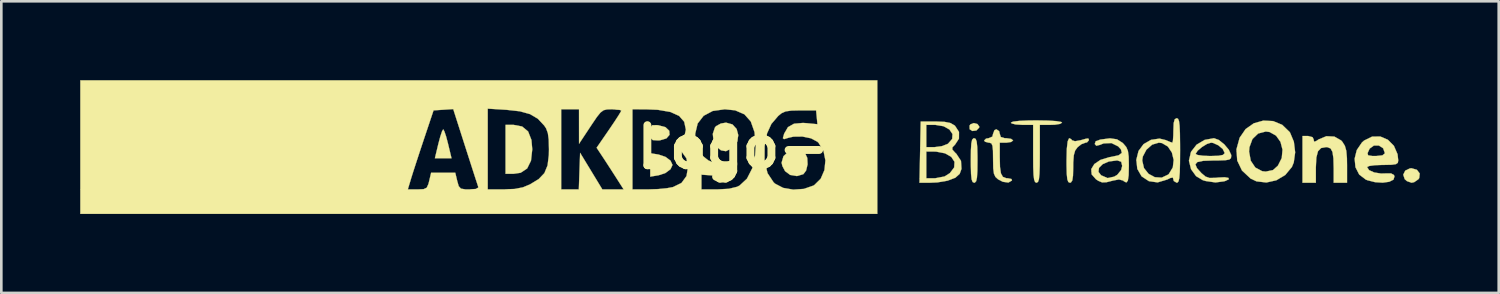
<source format=kicad_pcb>
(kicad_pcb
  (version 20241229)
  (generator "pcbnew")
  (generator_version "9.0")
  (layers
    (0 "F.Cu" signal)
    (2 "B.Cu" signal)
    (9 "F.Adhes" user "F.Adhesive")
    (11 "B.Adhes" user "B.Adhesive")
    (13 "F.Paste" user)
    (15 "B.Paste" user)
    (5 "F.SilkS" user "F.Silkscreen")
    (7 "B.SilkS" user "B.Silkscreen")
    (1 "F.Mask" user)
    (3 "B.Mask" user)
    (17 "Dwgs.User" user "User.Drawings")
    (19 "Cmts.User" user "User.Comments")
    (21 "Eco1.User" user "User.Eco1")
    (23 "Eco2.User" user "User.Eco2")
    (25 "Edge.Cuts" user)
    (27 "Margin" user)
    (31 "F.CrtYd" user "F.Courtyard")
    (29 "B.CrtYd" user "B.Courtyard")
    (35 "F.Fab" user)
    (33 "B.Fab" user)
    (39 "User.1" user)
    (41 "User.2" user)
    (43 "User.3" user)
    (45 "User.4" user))
  (footprint "Logo-A"
    (layer "F.Cu")
    (at 25.49 2.545)
    (property "Reference" "Logo-A" (at 0 0 0) (layer "F.SilkS") (effects (font (size 1.524 1.524) (thickness 0.3))))
    (attr through_hole)
    (fp_poly (pts (xy -11.64 -0.602) (xy -11.573 -0.404) (xy -11.5 -0.127) (xy -11.368 0.423) (xy -12 0.423) (xy -11.868 -0.127) (xy -11.794 -0.404) (xy -11.728 -0.602) (xy -11.684 -0.677) (xy -11.64 -0.602)) (stroke (width 0.01) (type solid)) (fill yes) (layer "F.SilkS"))
    (fp_poly (pts (xy 8.635 -0.878) (xy 8.705 -0.781) (xy 8.7 -0.741) (xy 8.595 -0.632) (xy 8.44 -0.613) (xy 8.338 -0.68) (xy 8.334 -0.817) (xy 8.367 -0.865) (xy 8.497 -0.915) (xy 8.635 -0.878)) (stroke (width 0.01) (type solid)) (fill yes) (layer "F.SilkS"))
    (fp_poly (pts (xy -8.682 -0.784) (xy -8.454 -0.595) (xy -8.328 -0.272) (xy -8.297 0.085) (xy -8.345 0.516) (xy -8.491 0.812) (xy -8.739 0.976) (xy -9.013 1.016) (xy -9.313 1.016) (xy -9.313 -0.847) (xy -9.013 -0.847) (xy -8.682 -0.784)) (stroke (width 0.01) (type solid)) (fill yes) (layer "F.SilkS"))
    (fp_poly (pts (xy -3.493 0.283) (xy -3.233 0.37) (xy -3.039 0.514) (xy -2.963 0.677) (xy -2.963 0.677) (xy -3.039 0.841) (xy -3.232 0.985) (xy -3.493 1.071) (xy -3.493 1.071) (xy -3.81 1.123) (xy -3.81 0.232) (xy -3.493 0.283)) (stroke (width 0.01) (type solid)) (fill yes) (layer "F.SilkS"))
    (fp_poly (pts (xy 25.348 0.862) (xy 25.455 1.003) (xy 25.437 1.175) (xy 25.406 1.221) (xy 25.245 1.333) (xy 25.146 1.355) (xy 24.971 1.294) (xy 24.886 1.221) (xy 24.828 1.049) (xy 24.904 0.895) (xy 25.083 0.809) (xy 25.146 0.804) (xy 25.348 0.862)) (stroke (width 0.01) (type solid)) (fill yes) (layer "F.SilkS"))
    (fp_poly (pts (xy -3.501 -0.831) (xy -3.228 -0.757) (xy -3.087 -0.622) (xy -3.076 -0.466) (xy -3.195 -0.331) (xy -3.44 -0.258) (xy -3.524 -0.254) (xy -3.715 -0.267) (xy -3.794 -0.342) (xy -3.81 -0.529) (xy -3.81 -0.555) (xy -3.8 -0.753) (xy -3.735 -0.832) (xy -3.565 -0.836) (xy -3.501 -0.831)) (stroke (width 0.01) (type solid)) (fill yes) (layer "F.SilkS"))
    (fp_poly (pts (xy -0.683 -0.863) (xy -0.524 -0.689) (xy -0.461 -0.454) (xy -0.504 -0.206) (xy -0.663 0.012) (xy -0.706 0.044) (xy -0.931 0.156) (xy -1.12 0.122) (xy -1.27 0) (xy -1.403 -0.231) (xy -1.431 -0.504) (xy -1.35 -0.746) (xy -1.306 -0.798) (xy -1.125 -0.897) (xy -0.927 -0.931) (xy -0.683 -0.863)) (stroke (width 0.01) (type solid)) (fill yes) (layer "F.SilkS"))
    (fp_poly (pts (xy 1.93 0.127) (xy 2.077 0.226) (xy 2.162 0.409) (xy 2.174 0.656) (xy 2.118 0.891) (xy 2.014 1.029) (xy 1.769 1.101) (xy 1.511 1.058) (xy 1.317 0.913) (xy 1.317 0.912) (xy 1.217 0.723) (xy 1.185 0.593) (xy 1.257 0.346) (xy 1.44 0.172) (xy 1.681 0.092) (xy 1.93 0.127)) (stroke (width 0.01) (type solid)) (fill yes) (layer "F.SilkS"))
    (fp_poly (pts (xy 8.568 -0.311) (xy 8.606 -0.208) (xy 8.627 -0.003) (xy 8.635 0.332) (xy 8.636 0.508) (xy 8.632 0.903) (xy 8.616 1.156) (xy 8.586 1.296) (xy 8.535 1.351) (xy 8.509 1.355) (xy 8.45 1.327) (xy 8.412 1.224) (xy 8.391 1.019) (xy 8.383 0.684) (xy 8.382 0.508) (xy 8.386 0.113) (xy 8.402 -0.14) (xy 8.432 -0.28) (xy 8.483 -0.335) (xy 8.509 -0.339) (xy 8.568 -0.311)) (stroke (width 0.01) (type solid)) (fill yes) (layer "F.SilkS"))
    (fp_poly (pts (xy 12.2 -0.304) (xy 12.23 -0.26) (xy 12.345 -0.224) (xy 12.552 -0.26) (xy 12.758 -0.318) (xy 12.847 -0.33) (xy 12.869 -0.297) (xy 12.869 -0.254) (xy 12.801 -0.179) (xy 12.742 -0.169) (xy 12.592 -0.113) (xy 12.446 0) (xy 12.351 0.129) (xy 12.299 0.31) (xy 12.278 0.59) (xy 12.277 0.762) (xy 12.269 1.084) (xy 12.242 1.268) (xy 12.189 1.346) (xy 12.15 1.355) (xy 12.09 1.327) (xy 12.052 1.224) (xy 12.031 1.019) (xy 12.023 0.684) (xy 12.023 0.508) (xy 12.033 0.063) (xy 12.066 -0.219) (xy 12.121 -0.339) (xy 12.2 -0.304)) (stroke (width 0.01) (type solid)) (fill yes) (layer "F.SilkS"))
    (fp_poly (pts (xy 11.313 -1.009) (xy 11.632 -0.989) (xy 11.816 -0.958) (xy 11.853 -0.931) (xy 11.777 -0.883) (xy 11.582 -0.852) (xy 11.43 -0.847) (xy 11.007 -0.847) (xy 11.007 0.254) (xy 11.004 0.712) (xy 10.993 1.027) (xy 10.973 1.222) (xy 10.938 1.322) (xy 10.888 1.354) (xy 10.88 1.355) (xy 10.827 1.33) (xy 10.791 1.24) (xy 10.768 1.059) (xy 10.756 0.762) (xy 10.753 0.324) (xy 10.753 0.254) (xy 10.753 -0.847) (xy 10.329 -0.847) (xy 10.088 -0.862) (xy 9.935 -0.901) (xy 9.906 -0.931) (xy 9.987 -0.969) (xy 10.217 -0.997) (xy 10.575 -1.013) (xy 10.88 -1.016) (xy 11.313 -1.009)) (stroke (width 0.01) (type solid)) (fill yes) (layer "F.SilkS"))
    (fp_poly (pts (xy 21.381 -0.378) (xy 21.421 -0.292) (xy 21.436 -0.207) (xy 21.512 -0.227) (xy 21.609 -0.292) (xy 21.906 -0.415) (xy 22.21 -0.4) (xy 22.467 -0.254) (xy 22.515 -0.2) (xy 22.609 -0.049) (xy 22.663 0.141) (xy 22.687 0.418) (xy 22.691 0.689) (xy 22.691 1.355) (xy 22.183 1.355) (xy 22.183 0.811) (xy 22.173 0.427) (xy 22.137 0.183) (xy 22.064 0.051) (xy 21.945 0.003) (xy 21.894 0) (xy 21.705 0.035) (xy 21.586 0.158) (xy 21.524 0.395) (xy 21.505 0.771) (xy 21.505 0.779) (xy 21.505 1.355) (xy 20.997 1.355) (xy 20.997 -0.423) (xy 21.209 -0.423) (xy 21.381 -0.378)) (stroke (width 0.01) (type solid)) (fill yes) (layer "F.SilkS"))
    (fp_poly (pts (xy 19.88 -0.99) (xy 20.225 -0.848) (xy 20.505 -0.578) (xy 20.524 -0.551) (xy 20.669 -0.204) (xy 20.718 0.199) (xy 20.665 0.583) (xy 20.594 0.755) (xy 20.341 1.06) (xy 20.003 1.261) (xy 19.623 1.346) (xy 19.247 1.302) (xy 19.024 1.197) (xy 18.695 0.89) (xy 18.514 0.511) (xy 18.491 0.169) (xy 18.965 0.169) (xy 19.029 0.518) (xy 19.202 0.776) (xy 19.462 0.915) (xy 19.6 0.931) (xy 19.873 0.874) (xy 20.06 0.708) (xy 20.208 0.414) (xy 20.237 0.098) (xy 20.16 -0.199) (xy 19.991 -0.436) (xy 19.746 -0.574) (xy 19.6 -0.593) (xy 19.31 -0.517) (xy 19.094 -0.308) (xy 18.979 0.003) (xy 18.965 0.169) (xy 18.491 0.169) (xy 18.485 0.083) (xy 18.606 -0.355) (xy 18.833 -0.686) (xy 19.146 -0.906) (xy 19.508 -1.008) (xy 19.88 -0.99)) (stroke (width 0.01) (type solid)) (fill yes) (layer "F.SilkS"))
    (fp_poly (pts (xy 9.459 -0.607) (xy 9.483 -0.508) (xy 9.523 -0.384) (xy 9.671 -0.34) (xy 9.737 -0.339) (xy 9.915 -0.314) (xy 9.991 -0.255) (xy 9.991 -0.254) (xy 9.917 -0.195) (xy 9.74 -0.169) (xy 9.737 -0.169) (xy 9.483 -0.169) (xy 9.483 0.374) (xy 9.492 0.756) (xy 9.528 0.999) (xy 9.602 1.131) (xy 9.724 1.181) (xy 9.793 1.185) (xy 9.931 1.213) (xy 9.948 1.27) (xy 9.811 1.348) (xy 9.6 1.319) (xy 9.417 1.223) (xy 9.319 1.134) (xy 9.262 1.011) (xy 9.235 0.809) (xy 9.229 0.485) (xy 9.229 0.461) (xy 9.225 0.138) (xy 9.206 -0.051) (xy 9.164 -0.142) (xy 9.088 -0.168) (xy 9.059 -0.169) (xy 8.922 -0.205) (xy 8.89 -0.254) (xy 8.961 -0.323) (xy 9.059 -0.339) (xy 9.201 -0.399) (xy 9.229 -0.508) (xy 9.282 -0.646) (xy 9.356 -0.677) (xy 9.459 -0.607)) (stroke (width 0.01) (type solid)) (fill yes) (layer "F.SilkS"))
    (fp_poly (pts (xy 24.244 -0.28) (xy 24.473 -0.049) (xy 24.612 0.27) (xy 24.638 0.505) (xy 24.623 0.596) (xy 24.552 0.647) (xy 24.391 0.671) (xy 24.102 0.677) (xy 24.045 0.677) (xy 23.753 0.688) (xy 23.542 0.716) (xy 23.453 0.756) (xy 23.453 0.759) (xy 23.529 0.876) (xy 23.723 0.964) (xy 23.984 1.005) (xy 24.135 1.001) (xy 24.363 0.999) (xy 24.473 1.058) (xy 24.496 1.113) (xy 24.458 1.237) (xy 24.296 1.318) (xy 24.049 1.352) (xy 23.76 1.334) (xy 23.467 1.26) (xy 23.404 1.235) (xy 23.153 1.043) (xy 23.011 0.764) (xy 22.98 0.439) (xy 23.03 0.236) (xy 23.469 0.236) (xy 23.495 0.313) (xy 23.647 0.337) (xy 23.791 0.339) (xy 24.037 0.313) (xy 24.129 0.237) (xy 24.13 0.229) (xy 24.063 0.043) (xy 23.904 -0.059) (xy 23.714 -0.061) (xy 23.558 0.051) (xy 23.54 0.079) (xy 23.469 0.236) (xy 23.03 0.236) (xy 23.062 0.111) (xy 23.258 -0.177) (xy 23.339 -0.249) (xy 23.644 -0.399) (xy 23.957 -0.403) (xy 24.244 -0.28)) (stroke (width 0.01) (type solid)) (fill yes) (layer "F.SilkS"))
    (fp_poly (pts (xy 7.387 -0.96) (xy 7.614 -0.913) (xy 7.769 -0.822) (xy 7.78 -0.812) (xy 7.933 -0.578) (xy 7.931 -0.322) (xy 7.789 -0.103) (xy 7.682 0.01) (xy 7.681 0.095) (xy 7.794 0.219) (xy 7.832 0.254) (xy 8.009 0.523) (xy 8.027 0.829) (xy 7.958 1.018) (xy 7.794 1.164) (xy 7.5 1.276) (xy 7.112 1.342) (xy 6.834 1.354) (xy 6.43 1.355) (xy 6.453 0.191) (xy 6.454 0.169) (xy 6.689 0.169) (xy 6.689 1.185) (xy 7.023 1.185) (xy 7.384 1.116) (xy 7.586 0.988) (xy 7.75 0.772) (xy 7.762 0.559) (xy 7.64 0.372) (xy 7.401 0.236) (xy 7.062 0.171) (xy 6.981 0.169) (xy 6.689 0.169) (xy 6.454 0.169) (xy 6.474 -0.847) (xy 6.689 -0.847) (xy 6.689 0) (xy 7.008 0) (xy 7.275 -0.035) (xy 7.499 -0.12) (xy 7.516 -0.132) (xy 7.674 -0.311) (xy 7.685 -0.499) (xy 7.569 -0.669) (xy 7.346 -0.794) (xy 7.033 -0.846) (xy 7.008 -0.847) (xy 6.689 -0.847) (xy 6.474 -0.847) (xy 6.477 -0.974) (xy 7.04 -0.974) (xy 7.387 -0.96)) (stroke (width 0.01) (type solid)) (fill yes) (layer "F.SilkS"))
    (fp_poly (pts (xy 13.939 -0.297) (xy 14.149 -0.166) (xy 14.186 -0.131) (xy 14.294 -0.003) (xy 14.357 0.143) (xy 14.386 0.356) (xy 14.393 0.685) (xy 14.393 0.716) (xy 14.385 1.071) (xy 14.355 1.276) (xy 14.297 1.346) (xy 14.204 1.299) (xy 14.174 1.271) (xy 14.016 1.23) (xy 13.798 1.271) (xy 13.541 1.336) (xy 13.376 1.342) (xy 13.235 1.284) (xy 13.142 1.223) (xy 12.978 1.037) (xy 12.971 0.941) (xy 13.236 0.941) (xy 13.337 1.071) (xy 13.583 1.177) (xy 13.834 1.124) (xy 13.951 1.054) (xy 14.099 0.873) (xy 14.139 0.715) (xy 14.102 0.556) (xy 13.959 0.508) (xy 13.933 0.508) (xy 13.631 0.547) (xy 13.398 0.648) (xy 13.258 0.787) (xy 13.236 0.941) (xy 12.971 0.941) (xy 12.963 0.836) (xy 13.08 0.644) (xy 13.315 0.485) (xy 13.65 0.383) (xy 13.713 0.373) (xy 14 0.312) (xy 14.125 0.22) (xy 14.093 0.089) (xy 13.985 -0.029) (xy 13.731 -0.154) (xy 13.433 -0.141) (xy 13.296 -0.086) (xy 13.155 -0.051) (xy 13.096 -0.119) (xy 13.132 -0.223) (xy 13.309 -0.287) (xy 13.675 -0.334) (xy 13.939 -0.297)) (stroke (width 0.01) (type solid)) (fill yes) (layer "F.SilkS"))
    (fp_poly (pts (xy 16.264 -1.077) (xy 16.3 -0.991) (xy 16.322 -0.819) (xy 16.335 -0.536) (xy 16.34 -0.118) (xy 16.341 0.127) (xy 16.338 0.615) (xy 16.329 0.957) (xy 16.311 1.178) (xy 16.282 1.301) (xy 16.239 1.35) (xy 16.214 1.355) (xy 16.101 1.289) (xy 16.087 1.233) (xy 16.067 1.158) (xy 15.977 1.172) (xy 15.854 1.232) (xy 15.486 1.342) (xy 15.155 1.295) (xy 14.877 1.111) (xy 14.714 0.828) (xy 14.68 0.508) (xy 14.901 0.508) (xy 14.968 0.797) (xy 15.142 1.016) (xy 15.38 1.144) (xy 15.642 1.161) (xy 15.885 1.046) (xy 15.917 1.016) (xy 16.065 0.771) (xy 16.097 0.487) (xy 16.03 0.208) (xy 15.877 -0.021) (xy 15.654 -0.153) (xy 15.532 -0.169) (xy 15.279 -0.094) (xy 15.06 0.099) (xy 14.924 0.358) (xy 14.901 0.508) (xy 14.68 0.508) (xy 14.677 0.481) (xy 14.761 0.146) (xy 14.952 -0.113) (xy 15.237 -0.277) (xy 15.559 -0.324) (xy 15.795 -0.267) (xy 15.964 -0.196) (xy 16.048 -0.169) (xy 16.069 -0.246) (xy 16.083 -0.444) (xy 16.087 -0.635) (xy 16.098 -0.916) (xy 16.138 -1.06) (xy 16.214 -1.101) (xy 16.264 -1.077)) (stroke (width 0.01) (type solid)) (fill yes) (layer "F.SilkS"))
    (fp_poly (pts (xy 17.813 -0.272) (xy 18.019 -0.108) (xy 18.194 0.1) (xy 18.285 0.296) (xy 18.288 0.332) (xy 18.275 0.42) (xy 18.214 0.472) (xy 18.071 0.498) (xy 17.811 0.507) (xy 17.611 0.508) (xy 17.227 0.521) (xy 17.002 0.566) (xy 16.924 0.655) (xy 16.983 0.799) (xy 17.152 0.988) (xy 17.307 1.12) (xy 17.465 1.174) (xy 17.698 1.168) (xy 17.787 1.158) (xy 18.038 1.146) (xy 18.18 1.171) (xy 18.197 1.221) (xy 18.068 1.285) (xy 18.013 1.301) (xy 17.688 1.344) (xy 17.323 1.291) (xy 17.21 1.26) (xy 16.95 1.105) (xy 16.759 0.842) (xy 16.68 0.529) (xy 16.679 0.508) (xy 16.738 0.26) (xy 16.933 0.26) (xy 17.011 0.3) (xy 17.213 0.328) (xy 17.484 0.339) (xy 17.795 0.33) (xy 17.968 0.298) (xy 18.032 0.237) (xy 18.034 0.216) (xy 17.964 0.073) (xy 17.797 -0.068) (xy 17.598 -0.158) (xy 17.519 -0.169) (xy 17.363 -0.12) (xy 17.173 -0.003) (xy 17.009 0.136) (xy 16.934 0.254) (xy 16.933 0.26) (xy 16.738 0.26) (xy 16.757 0.179) (xy 16.968 -0.092) (xy 17.276 -0.275) (xy 17.63 -0.339) (xy 17.813 -0.272)) (stroke (width 0.01) (type solid)) (fill yes) (layer "F.SilkS"))
    (fp_poly (pts (xy 4.826 2.54) (xy -25.485 2.54) (xy -25.485 1.609) (xy -13.03 1.609) (xy -12.662 1.609) (xy -12.43 1.599) (xy -12.31 1.544) (xy -12.246 1.401) (xy -12.218 1.291) (xy -12.143 0.974) (xy -11.225 0.974) (xy -11.15 1.291) (xy -11.093 1.487) (xy -11.009 1.579) (xy -10.843 1.607) (xy -10.695 1.609) (xy -9.991 1.609) (xy -9.374 1.609) (xy -8.965 1.591) (xy -8.653 1.53) (xy -8.384 1.418) (xy -8.052 1.216) (xy -7.836 0.989) (xy -7.715 0.696) (xy -7.666 0.296) (xy -7.662 0.085) (xy -7.671 -0.284) (xy -7.704 -0.533) (xy -7.771 -0.713) (xy -7.841 -0.819) (xy -8.083 -1.078) (xy -8.38 -1.254) (xy -8.768 -1.362) (xy -9.274 -1.418) (xy -9.608 -1.439) (xy -7.197 -1.439) (xy -7.197 1.609) (xy -6.526 1.609) (xy -6.502 0.913) (xy -6.477 0.217) (xy -5.631 1.609) (xy -4.821 1.609) (xy -4.487 1.609) (xy -3.873 1.608) (xy -3.515 1.596) (xy -3.176 1.563) (xy -2.945 1.52) (xy -2.621 1.362) (xy -2.431 1.101) (xy -2.371 0.743) (xy -2.437 0.422) (xy -2.615 0.175) (xy -2.796 0.07) (xy -2.827 -0.003) (xy -2.714 -0.156) (xy -2.68 -0.191) (xy -2.499 -0.457) (xy -2.489 -0.507) (xy -2.1 -0.507) (xy -2.092 -0.264) (xy -2.021 0.047) (xy -1.862 0.283) (xy -1.775 0.366) (xy -1.601 0.505) (xy -1.441 0.573) (xy -1.226 0.588) (xy -1.004 0.575) (xy -0.723 0.562) (xy -0.571 0.579) (xy -0.514 0.635) (xy -0.508 0.68) (xy -0.582 0.9) (xy -0.797 1.039) (xy -1.148 1.091) (xy -1.352 1.084) (xy -1.863 1.048) (xy -1.863 1.609) (xy -1.262 1.609) (xy -0.82 1.585) (xy -0.51 1.51) (xy -0.413 1.462) (xy -0.133 1.202) (xy 0.068 0.81) (xy 0.129 0.534) (xy 0.537 0.534) (xy 0.652 0.992) (xy 0.88 1.336) (xy 0.939 1.391) (xy 1.244 1.55) (xy 1.63 1.617) (xy 2.033 1.589) (xy 2.393 1.464) (xy 2.43 1.443) (xy 2.673 1.203) (xy 2.815 0.874) (xy 2.852 0.505) (xy 2.779 0.144) (xy 2.594 -0.159) (xy 2.547 -0.205) (xy 2.306 -0.334) (xy 1.978 -0.402) (xy 1.636 -0.398) (xy 1.452 -0.356) (xy 1.28 -0.303) (xy 1.234 -0.339) (xy 1.279 -0.497) (xy 1.286 -0.517) (xy 1.427 -0.759) (xy 1.658 -0.89) (xy 2.002 -0.92) (xy 2.133 -0.911) (xy 2.549 -0.871) (xy 2.523 -1.134) (xy 2.498 -1.397) (xy 1.891 -1.397) (xy 1.557 -1.389) (xy 1.339 -1.358) (xy 1.184 -1.289) (xy 1.057 -1.185) (xy 0.796 -0.88) (xy 0.633 -0.523) (xy 0.544 -0.061) (xy 0.54 -0.023) (xy 0.537 0.534) (xy 0.129 0.534) (xy 0.179 0.31) (xy 0.2 -0.034) (xy 0.156 -0.571) (xy 0.015 -0.973) (xy -0.228 -1.247) (xy -0.581 -1.399) (xy -0.974 -1.439) (xy -1.433 -1.375) (xy -1.78 -1.191) (xy -2.007 -0.898) (xy -2.1 -0.507) (xy -2.489 -0.507) (xy -2.455 -0.664) (xy -2.518 -0.964) (xy -2.712 -1.187) (xy -3.044 -1.337) (xy -3.521 -1.419) (xy -3.958 -1.437) (xy -4.487 -1.439) (xy -4.487 1.609) (xy -4.821 1.609) (xy -5.123 1.136) (xy -5.321 0.828) (xy -5.519 0.523) (xy -5.637 0.344) (xy -5.849 0.024) (xy -5.38 -0.657) (xy -5.18 -0.953) (xy -5.022 -1.195) (xy -4.928 -1.35) (xy -4.911 -1.389) (xy -4.986 -1.419) (xy -5.177 -1.437) (xy -5.28 -1.439) (xy -5.456 -1.434) (xy -5.586 -1.402) (xy -5.703 -1.314) (xy -5.839 -1.146) (xy -6.027 -0.869) (xy -6.084 -0.783) (xy -6.518 -0.127) (xy -6.519 -1.439) (xy -7.197 -1.439) (xy -9.608 -1.439) (xy -9.991 -1.463) (xy -9.991 1.609) (xy -10.695 1.609) (xy -10.448 1.592) (xy -10.352 1.54) (xy -10.354 1.503) (xy -10.391 1.391) (xy -10.471 1.146) (xy -10.584 0.796) (xy -10.721 0.37) (xy -10.848 -0.025) (xy -11.303 -1.446) (xy -11.677 -1.422) (xy -12.051 -1.397) (xy -12.42 -0.296) (xy -12.568 0.149) (xy -12.707 0.574) (xy -12.824 0.934) (xy -12.903 1.185) (xy -12.909 1.206) (xy -13.03 1.609) (xy -25.485 1.609) (xy -25.485 -2.54) (xy 4.826 -2.54) (xy 4.826 2.54)) (stroke (width 0.01) (type solid)) (fill yes) (layer "F.SilkS")))
  (gr_rect
    (start -3 -3)
    (end 53.95 8.09)
    (stroke (width 0.1) (type default))
    (fill no)
    (layer "Edge.Cuts")))
</source>
